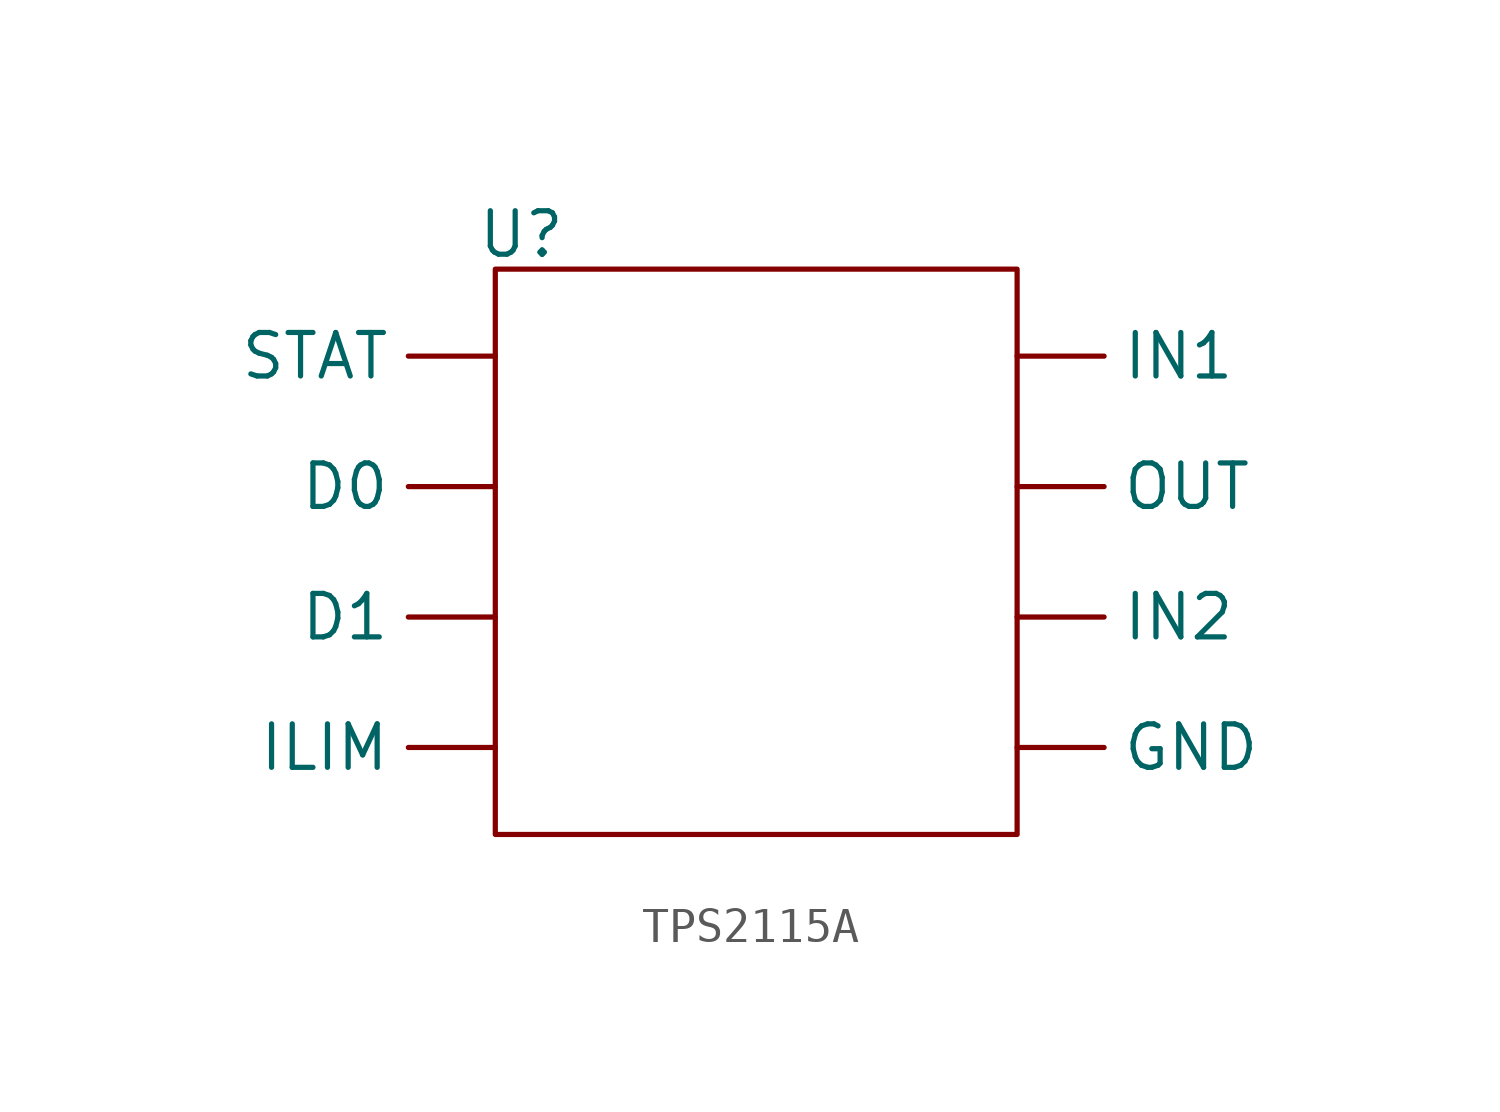
<source format=kicad_sym>
(kicad_symbol_lib
  (version 20231120)
  (generator "kicad_symbol_editor")
  (generator_version "8.0")
  (symbol "TPS2115A"
    (property "Reference" "U"
      (at -6.858 8.636 0)
      (effects (font (size 1.27 1.27))))
    (property "Value" ""
      (at -6.35 6.35 0)
      (effects (font (size 1.27 1.27))))
    (symbol "TPS2115A_0_1"
      (rectangle (start -7.62 7.62) (end 7.62 -8.89) (stroke (width 0) (type default)) (fill (type none))))
    (symbol "TPS2115A_1_1"
      (pin passive line (at -7.62 1.27 180) (length 2.54) (name "D0" (effects (font (size 1.27 1.27)))) (number "" (effects (font (size 1.27 1.27)))))
      (pin passive line (at -7.62 -2.54 180) (length 2.54) (name "D1" (effects (font (size 1.27 1.27)))) (number "" (effects (font (size 1.27 1.27)))))
      (pin passive line (at 7.62 -6.35 0) (length 2.54) (name "GND" (effects (font (size 1.27 1.27)))) (number "" (effects (font (size 1.27 1.27)))))
      (pin passive line (at -7.62 -6.35 180) (length 2.54) (name "ILIM" (effects (font (size 1.27 1.27)))) (number "" (effects (font (size 1.27 1.27)))))
      (pin passive line (at 7.62 5.08 0) (length 2.54) (name "IN1" (effects (font (size 1.27 1.27)))) (number "" (effects (font (size 1.27 1.27)))))
      (pin passive line (at 7.62 -2.54 0) (length 2.54) (name "IN2" (effects (font (size 1.27 1.27)))) (number "" (effects (font (size 1.27 1.27)))))
      (pin passive line (at 7.62 1.27 0) (length 2.54) (name "OUT" (effects (font (size 1.27 1.27)))) (number "" (effects (font (size 1.27 1.27)))))
      (pin passive line (at -7.62 5.08 180) (length 2.54) (name "STAT" (effects (font (size 1.27 1.27)))) (number "" (effects (font (size 1.27 1.27))))))))
</source>
